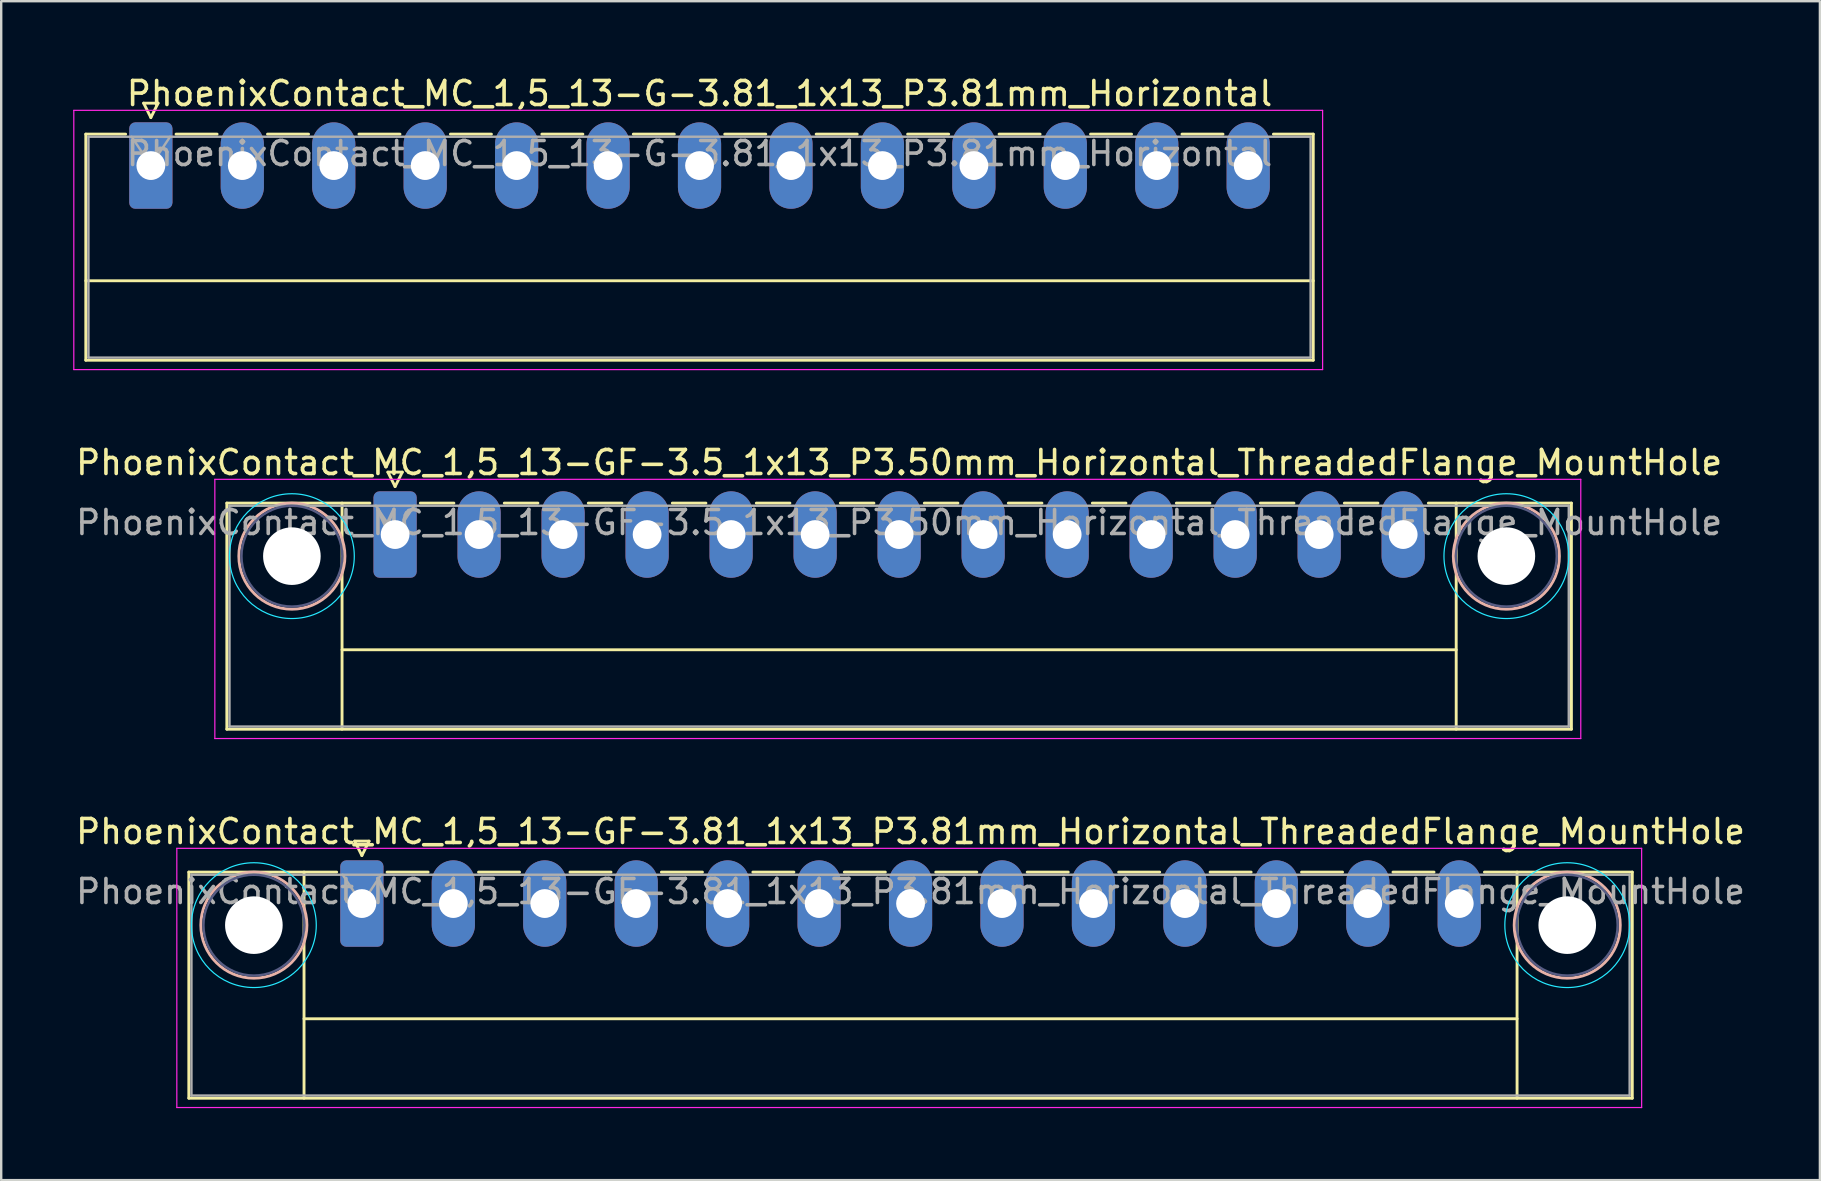
<source format=kicad_pcb>
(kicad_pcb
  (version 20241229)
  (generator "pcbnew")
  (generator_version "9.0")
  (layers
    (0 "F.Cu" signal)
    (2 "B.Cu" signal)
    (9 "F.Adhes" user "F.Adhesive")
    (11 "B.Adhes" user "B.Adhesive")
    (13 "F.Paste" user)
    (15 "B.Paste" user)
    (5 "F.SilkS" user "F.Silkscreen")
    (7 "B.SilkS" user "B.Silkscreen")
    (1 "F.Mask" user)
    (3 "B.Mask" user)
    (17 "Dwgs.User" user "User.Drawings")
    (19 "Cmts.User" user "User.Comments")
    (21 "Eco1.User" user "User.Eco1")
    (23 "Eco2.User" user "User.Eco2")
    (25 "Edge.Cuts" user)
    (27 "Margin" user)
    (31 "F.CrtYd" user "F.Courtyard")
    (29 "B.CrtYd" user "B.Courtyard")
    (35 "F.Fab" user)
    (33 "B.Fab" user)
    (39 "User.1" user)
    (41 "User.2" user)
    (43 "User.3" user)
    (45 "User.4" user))
  (footprint "PhoenixContact_MC_1,5_13-G-3.81_1x13_P3.81mm_Horizontal"
    (layer "F.Cu")
    (at 3.235 3.848)
    (property "Reference" "PhoenixContact_MC_1,5_13-G-3.81_1x13_P3.81mm_Horizontal" (at 22.86 -3 0) (layer "F.SilkS") (effects (font (size 1 1) (thickness 0.15))))
    (attr through_hole)
    (fp_line (start -2.71 -1.31) (end -2.71 8.11) (stroke (width 0.12) (type solid)) (layer "F.SilkS"))
    (fp_line (start -2.71 -1.31) (end -1.05 -1.31) (stroke (width 0.12) (type solid)) (layer "F.SilkS"))
    (fp_line (start -2.71 4.8) (end 48.43 4.8) (stroke (width 0.12) (type solid)) (layer "F.SilkS"))
    (fp_line (start -2.71 8.11) (end 48.43 8.11) (stroke (width 0.12) (type solid)) (layer "F.SilkS"))
    (fp_line (start -0.3 -2.6) (end 0.3 -2.6) (stroke (width 0.12) (type solid)) (layer "F.SilkS"))
    (fp_line (start 0 -2) (end -0.3 -2.6) (stroke (width 0.12) (type solid)) (layer "F.SilkS"))
    (fp_line (start 0.3 -2.6) (end 0 -2) (stroke (width 0.12) (type solid)) (layer "F.SilkS"))
    (fp_line (start 1.05 -1.31) (end 2.76 -1.31) (stroke (width 0.12) (type solid)) (layer "F.SilkS"))
    (fp_line (start 4.86 -1.31) (end 6.57 -1.31) (stroke (width 0.12) (type solid)) (layer "F.SilkS"))
    (fp_line (start 8.67 -1.31) (end 10.38 -1.31) (stroke (width 0.12) (type solid)) (layer "F.SilkS"))
    (fp_line (start 12.48 -1.31) (end 14.19 -1.31) (stroke (width 0.12) (type solid)) (layer "F.SilkS"))
    (fp_line (start 16.29 -1.31) (end 18 -1.31) (stroke (width 0.12) (type solid)) (layer "F.SilkS"))
    (fp_line (start 20.1 -1.31) (end 21.81 -1.31) (stroke (width 0.12) (type solid)) (layer "F.SilkS"))
    (fp_line (start 23.91 -1.31) (end 25.62 -1.31) (stroke (width 0.12) (type solid)) (layer "F.SilkS"))
    (fp_line (start 27.72 -1.31) (end 29.43 -1.31) (stroke (width 0.12) (type solid)) (layer "F.SilkS"))
    (fp_line (start 31.53 -1.31) (end 33.24 -1.31) (stroke (width 0.12) (type solid)) (layer "F.SilkS"))
    (fp_line (start 35.34 -1.31) (end 37.05 -1.31) (stroke (width 0.12) (type solid)) (layer "F.SilkS"))
    (fp_line (start 39.15 -1.31) (end 40.86 -1.31) (stroke (width 0.12) (type solid)) (layer "F.SilkS"))
    (fp_line (start 42.96 -1.31) (end 44.67 -1.31) (stroke (width 0.12) (type solid)) (layer "F.SilkS"))
    (fp_line (start 48.43 -1.31) (end 46.77 -1.31) (stroke (width 0.12) (type solid)) (layer "F.SilkS"))
    (fp_line (start 48.43 8.11) (end 48.43 -1.31) (stroke (width 0.12) (type solid)) (layer "F.SilkS"))
    (fp_line (start -3.21 -2.3) (end -3.21 8.5) (stroke (width 0.05) (type solid)) (layer "F.CrtYd"))
    (fp_line (start -3.21 8.5) (end 48.82 8.5) (stroke (width 0.05) (type solid)) (layer "F.CrtYd"))
    (fp_line (start 48.82 -2.3) (end -3.21 -2.3) (stroke (width 0.05) (type solid)) (layer "F.CrtYd"))
    (fp_line (start 48.82 8.5) (end 48.82 -2.3) (stroke (width 0.05) (type solid)) (layer "F.CrtYd"))
    (fp_line (start -2.6 -1.2) (end -2.6 8) (stroke (width 0.1) (type solid)) (layer "F.Fab"))
    (fp_line (start -2.6 8) (end 48.32 8) (stroke (width 0.1) (type solid)) (layer "F.Fab"))
    (fp_line (start 0 0) (end -0.8 -1.2) (stroke (width 0.1) (type solid)) (layer "F.Fab"))
    (fp_line (start 0.8 -1.2) (end 0 0) (stroke (width 0.1) (type solid)) (layer "F.Fab"))
    (fp_line (start 48.32 -1.2) (end -2.6 -1.2) (stroke (width 0.1) (type solid)) (layer "F.Fab"))
    (fp_line (start 48.32 8) (end 48.32 -1.2) (stroke (width 0.1) (type solid)) (layer "F.Fab"))
    (fp_text user "${REFERENCE}" (at 22.86 -0.5 0) (layer "F.Fab") (effects (font (size 1 1) (thickness 0.15))))
    (pad "1" thru_hole roundrect (at 0 0) (size 1.8 3.6) (drill 1.2) (layers "*.Cu" "*.Mask") (roundrect_rratio 0.139))
    (pad "2" thru_hole oval (at 3.81 0) (size 1.8 3.6) (drill 1.2) (layers "*.Cu" "*.Mask"))
    (pad "3" thru_hole oval (at 7.62 0) (size 1.8 3.6) (drill 1.2) (layers "*.Cu" "*.Mask"))
    (pad "4" thru_hole oval (at 11.43 0) (size 1.8 3.6) (drill 1.2) (layers "*.Cu" "*.Mask"))
    (pad "5" thru_hole oval (at 15.24 0) (size 1.8 3.6) (drill 1.2) (layers "*.Cu" "*.Mask"))
    (pad "6" thru_hole oval (at 19.05 0) (size 1.8 3.6) (drill 1.2) (layers "*.Cu" "*.Mask"))
    (pad "7" thru_hole oval (at 22.86 0) (size 1.8 3.6) (drill 1.2) (layers "*.Cu" "*.Mask"))
    (pad "8" thru_hole oval (at 26.67 0) (size 1.8 3.6) (drill 1.2) (layers "*.Cu" "*.Mask"))
    (pad "9" thru_hole oval (at 30.48 0) (size 1.8 3.6) (drill 1.2) (layers "*.Cu" "*.Mask"))
    (pad "10" thru_hole oval (at 34.29 0) (size 1.8 3.6) (drill 1.2) (layers "*.Cu" "*.Mask"))
    (pad "11" thru_hole oval (at 38.1 0) (size 1.8 3.6) (drill 1.2) (layers "*.Cu" "*.Mask"))
    (pad "12" thru_hole oval (at 41.91 0) (size 1.8 3.6) (drill 1.2) (layers "*.Cu" "*.Mask"))
    (pad "13" thru_hole oval (at 45.72 0) (size 1.8 3.6) (drill 1.2) (layers "*.Cu" "*.Mask")))
  (footprint "PhoenixContact_MC_1,5_13-GF-3.81_1x13_P3.81mm_Horizontal_ThreadedFlange_MountHole"
    (layer "F.Cu")
    (at 12.027 34.595)
    (property "Reference" "PhoenixContact_MC_1,5_13-GF-3.81_1x13_P3.81mm_Horizontal_ThreadedFlange_MountHole" (at 22.86 -3 0) (layer "F.SilkS") (effects (font (size 1 1) (thickness 0.15))))
    (attr through_hole)
    (fp_line (start -7.21 -1.31) (end -7.21 8.11) (stroke (width 0.12) (type solid)) (layer "F.SilkS"))
    (fp_line (start -7.21 -1.31) (end -1.05 -1.31) (stroke (width 0.12) (type solid)) (layer "F.SilkS"))
    (fp_line (start -7.21 8.11) (end 52.93 8.11) (stroke (width 0.12) (type solid)) (layer "F.SilkS"))
    (fp_line (start -2.41 -1.31) (end -2.41 8.11) (stroke (width 0.12) (type solid)) (layer "F.SilkS"))
    (fp_line (start -2.41 4.8) (end 48.13 4.8) (stroke (width 0.12) (type solid)) (layer "F.SilkS"))
    (fp_line (start -0.3 -2.6) (end 0.3 -2.6) (stroke (width 0.12) (type solid)) (layer "F.SilkS"))
    (fp_line (start 0 -2) (end -0.3 -2.6) (stroke (width 0.12) (type solid)) (layer "F.SilkS"))
    (fp_line (start 0.3 -2.6) (end 0 -2) (stroke (width 0.12) (type solid)) (layer "F.SilkS"))
    (fp_line (start 1.05 -1.31) (end 2.76 -1.31) (stroke (width 0.12) (type solid)) (layer "F.SilkS"))
    (fp_line (start 4.86 -1.31) (end 6.57 -1.31) (stroke (width 0.12) (type solid)) (layer "F.SilkS"))
    (fp_line (start 8.67 -1.31) (end 10.38 -1.31) (stroke (width 0.12) (type solid)) (layer "F.SilkS"))
    (fp_line (start 12.48 -1.31) (end 14.19 -1.31) (stroke (width 0.12) (type solid)) (layer "F.SilkS"))
    (fp_line (start 16.29 -1.31) (end 18 -1.31) (stroke (width 0.12) (type solid)) (layer "F.SilkS"))
    (fp_line (start 20.1 -1.31) (end 21.81 -1.31) (stroke (width 0.12) (type solid)) (layer "F.SilkS"))
    (fp_line (start 23.91 -1.31) (end 25.62 -1.31) (stroke (width 0.12) (type solid)) (layer "F.SilkS"))
    (fp_line (start 27.72 -1.31) (end 29.43 -1.31) (stroke (width 0.12) (type solid)) (layer "F.SilkS"))
    (fp_line (start 31.53 -1.31) (end 33.24 -1.31) (stroke (width 0.12) (type solid)) (layer "F.SilkS"))
    (fp_line (start 35.34 -1.31) (end 37.05 -1.31) (stroke (width 0.12) (type solid)) (layer "F.SilkS"))
    (fp_line (start 39.15 -1.31) (end 40.86 -1.31) (stroke (width 0.12) (type solid)) (layer "F.SilkS"))
    (fp_line (start 42.96 -1.31) (end 44.67 -1.31) (stroke (width 0.12) (type solid)) (layer "F.SilkS"))
    (fp_line (start 48.13 -1.31) (end 48.13 8.11) (stroke (width 0.12) (type solid)) (layer "F.SilkS"))
    (fp_line (start 52.93 -1.31) (end 46.77 -1.31) (stroke (width 0.12) (type solid)) (layer "F.SilkS"))
    (fp_line (start 52.93 8.11) (end 52.93 -1.31) (stroke (width 0.12) (type solid)) (layer "F.SilkS"))
    (fp_circle (center -4.5 0.9) (end -2.29 0.9) (stroke (width 0.12) (type solid)) (fill no) (layer "B.SilkS"))
    (fp_circle (center 50.22 0.9) (end 52.43 0.9) (stroke (width 0.12) (type solid)) (fill no) (layer "B.SilkS"))
    (fp_circle (center -4.5 0.9) (end -1.9 0.9) (stroke (width 0.05) (type solid)) (fill no) (layer "B.CrtYd"))
    (fp_circle (center 50.22 0.9) (end 52.82 0.9) (stroke (width 0.05) (type solid)) (fill no) (layer "B.CrtYd"))
    (fp_line (start -7.71 -2.3) (end -7.71 8.5) (stroke (width 0.05) (type solid)) (layer "F.CrtYd"))
    (fp_line (start -7.71 8.5) (end 53.32 8.5) (stroke (width 0.05) (type solid)) (layer "F.CrtYd"))
    (fp_line (start 53.32 -2.3) (end -7.71 -2.3) (stroke (width 0.05) (type solid)) (layer "F.CrtYd"))
    (fp_line (start 53.32 8.5) (end 53.32 -2.3) (stroke (width 0.05) (type solid)) (layer "F.CrtYd"))
    (fp_circle (center -4.5 0.9) (end -2.4 0.9) (stroke (width 0.1) (type solid)) (fill no) (layer "B.Fab"))
    (fp_circle (center 50.22 0.9) (end 52.32 0.9) (stroke (width 0.1) (type solid)) (fill no) (layer "B.Fab"))
    (fp_line (start -7.1 -1.2) (end -7.1 8) (stroke (width 0.1) (type solid)) (layer "F.Fab"))
    (fp_line (start -7.1 8) (end 52.82 8) (stroke (width 0.1) (type solid)) (layer "F.Fab"))
    (fp_line (start 0 0) (end -0.8 -1.2) (stroke (width 0.1) (type solid)) (layer "F.Fab"))
    (fp_line (start 0.8 -1.2) (end 0 0) (stroke (width 0.1) (type solid)) (layer "F.Fab"))
    (fp_line (start 52.82 -1.2) (end -7.1 -1.2) (stroke (width 0.1) (type solid)) (layer "F.Fab"))
    (fp_line (start 52.82 8) (end 52.82 -1.2) (stroke (width 0.1) (type solid)) (layer "F.Fab"))
    (fp_text user "${REFERENCE}" (at 22.86 -0.5 0) (layer "F.Fab") (effects (font (size 1 1) (thickness 0.15))))
    (pad "" np_thru_hole circle (at -4.5 0.9) (size 2.4 2.4) (drill 2.4) (layers "*.Cu" "*.Mask"))
    (pad "" np_thru_hole circle (at 50.22 0.9) (size 2.4 2.4) (drill 2.4) (layers "*.Cu" "*.Mask"))
    (pad "1" thru_hole roundrect (at 0 0) (size 1.8 3.6) (drill 1.2) (layers "*.Cu" "*.Mask") (roundrect_rratio 0.139))
    (pad "2" thru_hole oval (at 3.81 0) (size 1.8 3.6) (drill 1.2) (layers "*.Cu" "*.Mask"))
    (pad "3" thru_hole oval (at 7.62 0) (size 1.8 3.6) (drill 1.2) (layers "*.Cu" "*.Mask"))
    (pad "4" thru_hole oval (at 11.43 0) (size 1.8 3.6) (drill 1.2) (layers "*.Cu" "*.Mask"))
    (pad "5" thru_hole oval (at 15.24 0) (size 1.8 3.6) (drill 1.2) (layers "*.Cu" "*.Mask"))
    (pad "6" thru_hole oval (at 19.05 0) (size 1.8 3.6) (drill 1.2) (layers "*.Cu" "*.Mask"))
    (pad "7" thru_hole oval (at 22.86 0) (size 1.8 3.6) (drill 1.2) (layers "*.Cu" "*.Mask"))
    (pad "8" thru_hole oval (at 26.67 0) (size 1.8 3.6) (drill 1.2) (layers "*.Cu" "*.Mask"))
    (pad "9" thru_hole oval (at 30.48 0) (size 1.8 3.6) (drill 1.2) (layers "*.Cu" "*.Mask"))
    (pad "10" thru_hole oval (at 34.29 0) (size 1.8 3.6) (drill 1.2) (layers "*.Cu" "*.Mask"))
    (pad "11" thru_hole oval (at 38.1 0) (size 1.8 3.6) (drill 1.2) (layers "*.Cu" "*.Mask"))
    (pad "12" thru_hole oval (at 41.91 0) (size 1.8 3.6) (drill 1.2) (layers "*.Cu" "*.Mask"))
    (pad "13" thru_hole oval (at 45.72 0) (size 1.8 3.6) (drill 1.2) (layers "*.Cu" "*.Mask")))
  (footprint "PhoenixContact_MC_1,5_13-GF-3.5_1x13_P3.50mm_Horizontal_ThreadedFlange_MountHole"
    (layer "F.Cu")
    (at 13.411 19.221)
    (property "Reference" "PhoenixContact_MC_1,5_13-GF-3.5_1x13_P3.50mm_Horizontal_ThreadedFlange_MountHole" (at 21 -3 0) (layer "F.SilkS") (effects (font (size 1 1) (thickness 0.15))))
    (attr through_hole)
    (fp_line (start -7.01 -1.31) (end -7.01 8.11) (stroke (width 0.12) (type solid)) (layer "F.SilkS"))
    (fp_line (start -7.01 -1.31) (end -1.05 -1.31) (stroke (width 0.12) (type solid)) (layer "F.SilkS"))
    (fp_line (start -7.01 8.11) (end 49.01 8.11) (stroke (width 0.12) (type solid)) (layer "F.SilkS"))
    (fp_line (start -2.21 -1.31) (end -2.21 8.11) (stroke (width 0.12) (type solid)) (layer "F.SilkS"))
    (fp_line (start -2.21 4.8) (end 44.21 4.8) (stroke (width 0.12) (type solid)) (layer "F.SilkS"))
    (fp_line (start -0.3 -2.6) (end 0.3 -2.6) (stroke (width 0.12) (type solid)) (layer "F.SilkS"))
    (fp_line (start 0 -2) (end -0.3 -2.6) (stroke (width 0.12) (type solid)) (layer "F.SilkS"))
    (fp_line (start 0.3 -2.6) (end 0 -2) (stroke (width 0.12) (type solid)) (layer "F.SilkS"))
    (fp_line (start 1.05 -1.31) (end 2.45 -1.31) (stroke (width 0.12) (type solid)) (layer "F.SilkS"))
    (fp_line (start 4.55 -1.31) (end 5.95 -1.31) (stroke (width 0.12) (type solid)) (layer "F.SilkS"))
    (fp_line (start 8.05 -1.31) (end 9.45 -1.31) (stroke (width 0.12) (type solid)) (layer "F.SilkS"))
    (fp_line (start 11.55 -1.31) (end 12.95 -1.31) (stroke (width 0.12) (type solid)) (layer "F.SilkS"))
    (fp_line (start 15.05 -1.31) (end 16.45 -1.31) (stroke (width 0.12) (type solid)) (layer "F.SilkS"))
    (fp_line (start 18.55 -1.31) (end 19.95 -1.31) (stroke (width 0.12) (type solid)) (layer "F.SilkS"))
    (fp_line (start 22.05 -1.31) (end 23.45 -1.31) (stroke (width 0.12) (type solid)) (layer "F.SilkS"))
    (fp_line (start 25.55 -1.31) (end 26.95 -1.31) (stroke (width 0.12) (type solid)) (layer "F.SilkS"))
    (fp_line (start 29.05 -1.31) (end 30.45 -1.31) (stroke (width 0.12) (type solid)) (layer "F.SilkS"))
    (fp_line (start 32.55 -1.31) (end 33.95 -1.31) (stroke (width 0.12) (type solid)) (layer "F.SilkS"))
    (fp_line (start 36.05 -1.31) (end 37.45 -1.31) (stroke (width 0.12) (type solid)) (layer "F.SilkS"))
    (fp_line (start 39.55 -1.31) (end 40.95 -1.31) (stroke (width 0.12) (type solid)) (layer "F.SilkS"))
    (fp_line (start 44.21 -1.31) (end 44.21 8.11) (stroke (width 0.12) (type solid)) (layer "F.SilkS"))
    (fp_line (start 49.01 -1.31) (end 43.05 -1.31) (stroke (width 0.12) (type solid)) (layer "F.SilkS"))
    (fp_line (start 49.01 8.11) (end 49.01 -1.31) (stroke (width 0.12) (type solid)) (layer "F.SilkS"))
    (fp_circle (center -4.3 0.9) (end -2.09 0.9) (stroke (width 0.12) (type solid)) (fill no) (layer "B.SilkS"))
    (fp_circle (center 46.3 0.9) (end 48.51 0.9) (stroke (width 0.12) (type solid)) (fill no) (layer "B.SilkS"))
    (fp_circle (center -4.3 0.9) (end -1.7 0.9) (stroke (width 0.05) (type solid)) (fill no) (layer "B.CrtYd"))
    (fp_circle (center 46.3 0.9) (end 48.9 0.9) (stroke (width 0.05) (type solid)) (fill no) (layer "B.CrtYd"))
    (fp_line (start -7.51 -2.3) (end -7.51 8.5) (stroke (width 0.05) (type solid)) (layer "F.CrtYd"))
    (fp_line (start -7.51 8.5) (end 49.4 8.5) (stroke (width 0.05) (type solid)) (layer "F.CrtYd"))
    (fp_line (start 49.4 -2.3) (end -7.51 -2.3) (stroke (width 0.05) (type solid)) (layer "F.CrtYd"))
    (fp_line (start 49.4 8.5) (end 49.4 -2.3) (stroke (width 0.05) (type solid)) (layer "F.CrtYd"))
    (fp_circle (center -4.3 0.9) (end -2.2 0.9) (stroke (width 0.1) (type solid)) (fill no) (layer "B.Fab"))
    (fp_circle (center 46.3 0.9) (end 48.4 0.9) (stroke (width 0.1) (type solid)) (fill no) (layer "B.Fab"))
    (fp_line (start -6.9 -1.2) (end -6.9 8) (stroke (width 0.1) (type solid)) (layer "F.Fab"))
    (fp_line (start -6.9 8) (end 48.9 8) (stroke (width 0.1) (type solid)) (layer "F.Fab"))
    (fp_line (start 0 0) (end -0.8 -1.2) (stroke (width 0.1) (type solid)) (layer "F.Fab"))
    (fp_line (start 0.8 -1.2) (end 0 0) (stroke (width 0.1) (type solid)) (layer "F.Fab"))
    (fp_line (start 48.9 -1.2) (end -6.9 -1.2) (stroke (width 0.1) (type solid)) (layer "F.Fab"))
    (fp_line (start 48.9 8) (end 48.9 -1.2) (stroke (width 0.1) (type solid)) (layer "F.Fab"))
    (fp_text user "${REFERENCE}" (at 21 -0.5 0) (layer "F.Fab") (effects (font (size 1 1) (thickness 0.15))))
    (pad "" np_thru_hole circle (at -4.3 0.9) (size 2.4 2.4) (drill 2.4) (layers "*.Cu" "*.Mask"))
    (pad "" np_thru_hole circle (at 46.3 0.9) (size 2.4 2.4) (drill 2.4) (layers "*.Cu" "*.Mask"))
    (pad "1" thru_hole roundrect (at 0 0) (size 1.8 3.6) (drill 1.2) (layers "*.Cu" "*.Mask") (roundrect_rratio 0.139))
    (pad "2" thru_hole oval (at 3.5 0) (size 1.8 3.6) (drill 1.2) (layers "*.Cu" "*.Mask"))
    (pad "3" thru_hole oval (at 7 0) (size 1.8 3.6) (drill 1.2) (layers "*.Cu" "*.Mask"))
    (pad "4" thru_hole oval (at 10.5 0) (size 1.8 3.6) (drill 1.2) (layers "*.Cu" "*.Mask"))
    (pad "5" thru_hole oval (at 14 0) (size 1.8 3.6) (drill 1.2) (layers "*.Cu" "*.Mask"))
    (pad "6" thru_hole oval (at 17.5 0) (size 1.8 3.6) (drill 1.2) (layers "*.Cu" "*.Mask"))
    (pad "7" thru_hole oval (at 21 0) (size 1.8 3.6) (drill 1.2) (layers "*.Cu" "*.Mask"))
    (pad "8" thru_hole oval (at 24.5 0) (size 1.8 3.6) (drill 1.2) (layers "*.Cu" "*.Mask"))
    (pad "9" thru_hole oval (at 28 0) (size 1.8 3.6) (drill 1.2) (layers "*.Cu" "*.Mask"))
    (pad "10" thru_hole oval (at 31.5 0) (size 1.8 3.6) (drill 1.2) (layers "*.Cu" "*.Mask"))
    (pad "11" thru_hole oval (at 35 0) (size 1.8 3.6) (drill 1.2) (layers "*.Cu" "*.Mask"))
    (pad "12" thru_hole oval (at 38.5 0) (size 1.8 3.6) (drill 1.2) (layers "*.Cu" "*.Mask"))
    (pad "13" thru_hole oval (at 42 0) (size 1.8 3.6) (drill 1.2) (layers "*.Cu" "*.Mask")))
  (gr_rect
    (start -3 -3)
    (end 72.774 46.12)
    (stroke (width 0.1) (type default))
    (fill no)
    (layer "Edge.Cuts")))
</source>
